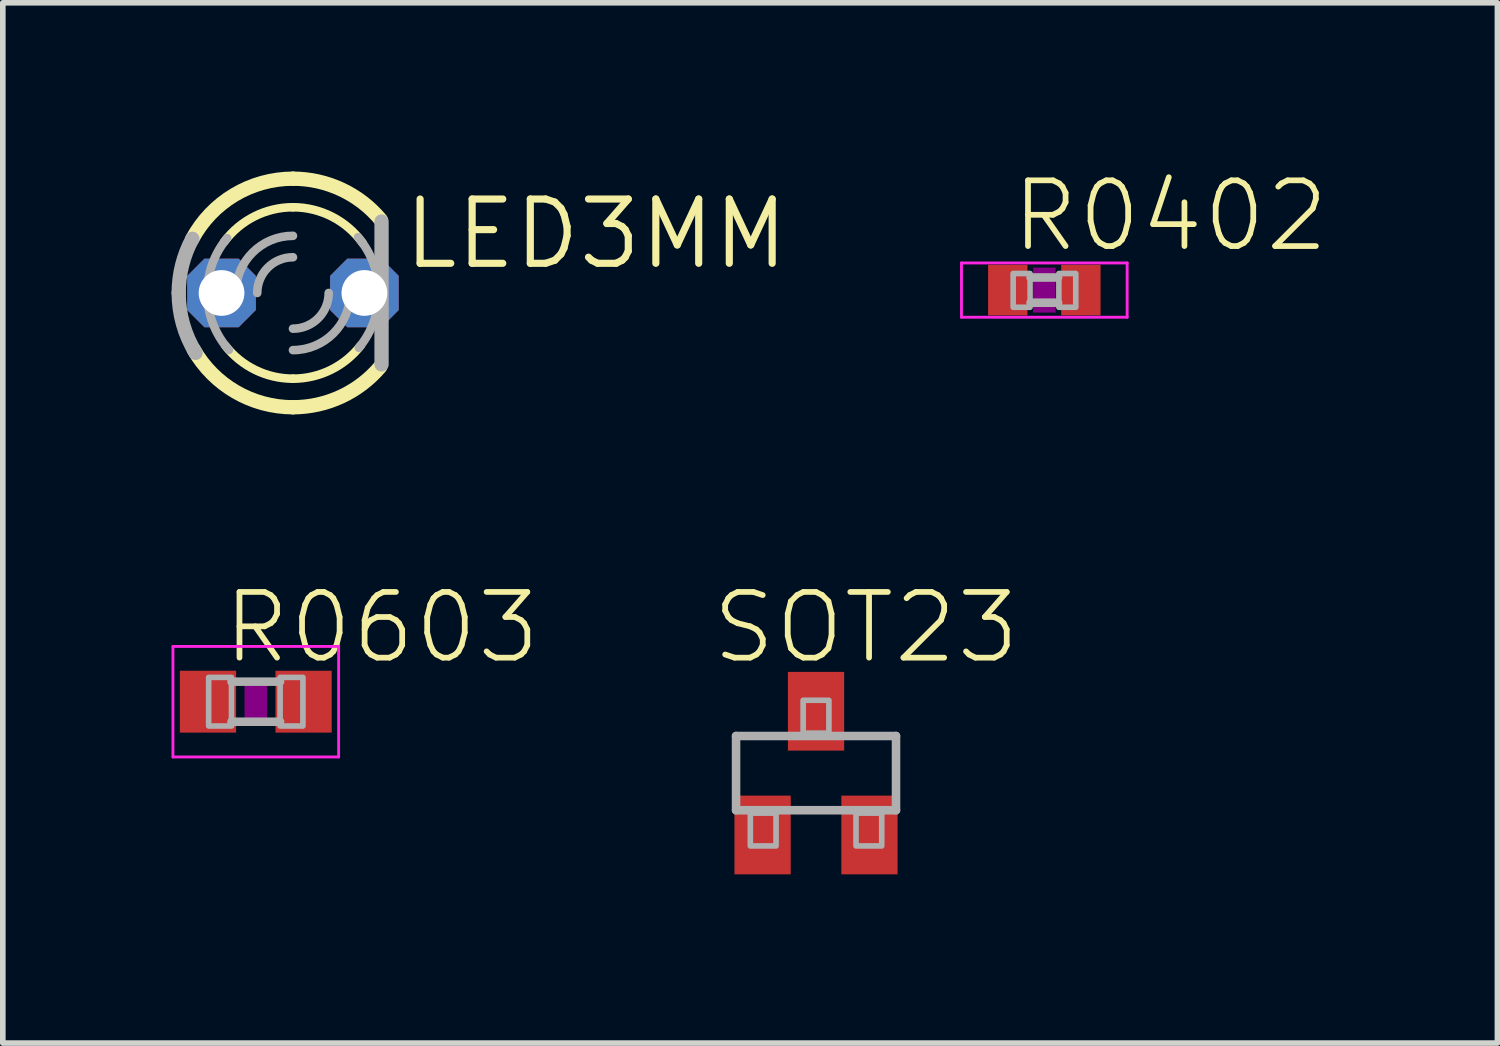
<source format=kicad_pcb>
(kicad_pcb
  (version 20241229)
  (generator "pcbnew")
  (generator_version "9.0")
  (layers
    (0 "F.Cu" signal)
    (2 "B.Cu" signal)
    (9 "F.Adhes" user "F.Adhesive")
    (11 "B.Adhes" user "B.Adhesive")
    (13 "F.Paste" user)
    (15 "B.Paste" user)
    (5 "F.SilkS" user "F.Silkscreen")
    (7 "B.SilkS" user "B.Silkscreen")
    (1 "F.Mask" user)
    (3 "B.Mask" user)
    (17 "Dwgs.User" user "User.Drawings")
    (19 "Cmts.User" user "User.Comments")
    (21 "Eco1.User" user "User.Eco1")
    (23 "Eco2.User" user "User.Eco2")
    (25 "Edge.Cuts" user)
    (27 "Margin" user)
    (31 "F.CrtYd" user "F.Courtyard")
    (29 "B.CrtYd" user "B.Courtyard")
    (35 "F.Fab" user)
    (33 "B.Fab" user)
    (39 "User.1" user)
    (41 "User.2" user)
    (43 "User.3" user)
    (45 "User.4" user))
  (footprint "SOT23"
    (layer "F.Cu")
    (at 11.459 10.696)
    (property "Reference" "SOT23" (at -1.905 -1.905 0) (layer "F.SilkS") (effects (font (size 1.168 1.168) (thickness 0.102)) (justify left bottom)))
    (fp_line (start -1.422 -0.66) (end 1.422 -0.66) (stroke (width 0.152) (type solid)) (layer "F.Fab"))
    (fp_line (start -1.422 0.66) (end -1.422 -0.66) (stroke (width 0.152) (type solid)) (layer "F.Fab"))
    (fp_line (start 1.422 -0.66) (end 1.422 0.66) (stroke (width 0.152) (type solid)) (layer "F.Fab"))
    (fp_line (start 1.422 0.66) (end -1.422 0.66) (stroke (width 0.152) (type solid)) (layer "F.Fab"))
    (fp_poly (pts (xy -1.168 1.295) (xy -0.711 1.295) (xy -0.711 0.711) (xy -1.168 0.711)) (stroke (width 0.1) (type solid)) (fill no) (layer "F.Fab"))
    (fp_poly (pts (xy -0.229 -0.711) (xy 0.229 -0.711) (xy 0.229 -1.295) (xy -0.229 -1.295)) (stroke (width 0.1) (type solid)) (fill no) (layer "F.Fab"))
    (fp_poly (pts (xy 0.711 1.295) (xy 1.168 1.295) (xy 1.168 0.711) (xy 0.711 0.711)) (stroke (width 0.1) (type solid)) (fill no) (layer "F.Fab"))
    (pad "1" smd rect (at -0.95 1.1) (size 1 1.4) (layers "F.Cu" "F.Mask" "F.Paste"))
    (pad "2" smd rect (at 0.95 1.1) (size 1 1.4) (layers "F.Cu" "F.Mask" "F.Paste"))
    (pad "3" smd rect (at 0 -1.1) (size 1 1.4) (layers "F.Cu" "F.Mask" "F.Paste")))
  (footprint "R0603"
    (layer "F.Cu")
    (at 1.498 9.426)
    (property "Reference" "R0603" (at -0.635 -0.635 0) (layer "F.SilkS") (effects (font (size 1.168 1.168) (thickness 0.102)) (justify left bottom)))
    (fp_poly (pts (xy -0.2 0.4) (xy 0.2 0.4) (xy 0.2 -0.4) (xy -0.2 -0.4)) (stroke (width 0) (type solid)) (fill yes) (layer "F.Adhes"))
    (fp_line (start -1.473 -0.983) (end 1.473 -0.983) (stroke (width 0.051) (type solid)) (layer "F.CrtYd"))
    (fp_line (start -1.473 0.983) (end -1.473 -0.983) (stroke (width 0.051) (type solid)) (layer "F.CrtYd"))
    (fp_line (start 1.473 -0.983) (end 1.473 0.983) (stroke (width 0.051) (type solid)) (layer "F.CrtYd"))
    (fp_line (start 1.473 0.983) (end -1.473 0.983) (stroke (width 0.051) (type solid)) (layer "F.CrtYd"))
    (fp_line (start -0.432 0.356) (end 0.432 0.356) (stroke (width 0.152) (type solid)) (layer "F.Fab"))
    (fp_line (start 0.432 -0.356) (end -0.432 -0.356) (stroke (width 0.152) (type solid)) (layer "F.Fab"))
    (fp_poly (pts (xy -0.838 0.432) (xy -0.432 0.432) (xy -0.432 -0.432) (xy -0.838 -0.432)) (stroke (width 0.1) (type solid)) (fill no) (layer "F.Fab"))
    (fp_poly (pts (xy 0.432 0.432) (xy 0.838 0.432) (xy 0.838 -0.432) (xy 0.432 -0.432)) (stroke (width 0.1) (type solid)) (fill no) (layer "F.Fab"))
    (pad "1" smd rect (at -0.85 0) (size 1 1.1) (layers "F.Cu" "F.Mask" "F.Paste"))
    (pad "2" smd rect (at 0.85 0) (size 1 1.1) (layers "F.Cu" "F.Mask" "F.Paste")))
  (footprint "R0402"
    (layer "F.Cu")
    (at 15.518 2.108)
    (property "Reference" "R0402" (at -0.635 -0.635 0) (layer "F.SilkS") (effects (font (size 1.168 1.168) (thickness 0.102)) (justify left bottom)))
    (fp_poly (pts (xy -0.2 0.4) (xy 0.2 0.4) (xy 0.2 -0.4) (xy -0.2 -0.4)) (stroke (width 0) (type solid)) (fill yes) (layer "F.Adhes"))
    (fp_line (start -1.473 -0.483) (end 1.473 -0.483) (stroke (width 0.051) (type solid)) (layer "F.CrtYd"))
    (fp_line (start -1.473 0.483) (end -1.473 -0.483) (stroke (width 0.051) (type solid)) (layer "F.CrtYd"))
    (fp_line (start 1.473 -0.483) (end 1.473 0.483) (stroke (width 0.051) (type solid)) (layer "F.CrtYd"))
    (fp_line (start 1.473 0.483) (end -1.473 0.483) (stroke (width 0.051) (type solid)) (layer "F.CrtYd"))
    (fp_line (start -0.245 -0.224) (end 0.245 -0.224) (stroke (width 0.152) (type solid)) (layer "F.Fab"))
    (fp_line (start 0.245 0.224) (end -0.245 0.224) (stroke (width 0.152) (type solid)) (layer "F.Fab"))
    (fp_poly (pts (xy -0.554 0.305) (xy -0.254 0.305) (xy -0.254 -0.295) (xy -0.554 -0.295)) (stroke (width 0.1) (type solid)) (fill no) (layer "F.Fab"))
    (fp_poly (pts (xy 0.259 0.305) (xy 0.559 0.305) (xy 0.559 -0.295) (xy 0.259 -0.295)) (stroke (width 0.1) (type solid)) (fill no) (layer "F.Fab"))
    (pad "1" smd rect (at -0.65 0) (size 0.7 0.9) (layers "F.Cu" "F.Mask" "F.Paste"))
    (pad "2" smd rect (at 0.65 0) (size 0.7 0.9) (layers "F.Cu" "F.Mask" "F.Paste")))
  (footprint "LED3MM"
    (layer "F.Cu")
    (at 2.159 2.159)
    (property "Reference" "LED3MM" (at 1.905 -0.381 0) (layer "F.SilkS") (effects (font (size 1.143 1.143) (thickness 0.127)) (justify left bottom)))
    (fp_arc (start -1.7929 -0.9562) (mid -1.045438 -1.7424) (end 0 -2.032) (stroke (width 0.254) (type solid)) (layer "F.SilkS"))
    (fp_arc (start -1.2192 -0.9144) (mid -0.681554 -1.363107) (end 0 -1.524) (stroke (width 0.1524) (type solid)) (layer "F.SilkS"))
    (fp_arc (start 0 -2.032) (mid 0.861864 -1.840173) (end 1.561 -1.3009) (stroke (width 0.254) (type solid)) (layer "F.SilkS"))
    (fp_arc (start 0 -1.524) (mid 0.697339 -1.355082) (end 1.2401 -0.885801) (stroke (width 0.1524) (type solid)) (layer "F.SilkS"))
    (fp_arc (start 0 1.524) (mid -0.669593 1.369018) (end -1.203 0.9356) (stroke (width 0.1524) (type solid)) (layer "F.SilkS"))
    (fp_arc (start 0 2.032) (mid -1.019924 1.757525) (end -1.7643 1.0082) (stroke (width 0.254) (type solid)) (layer "F.SilkS"))
    (fp_arc (start 1.203 0.9356) (mid 0.669593 1.369018) (end 0 1.524) (stroke (width 0.1524) (type solid)) (layer "F.SilkS"))
    (fp_arc (start 1.5512 1.3126) (mid 0.854953 1.843405) (end 0 2.032) (stroke (width 0.254) (type solid)) (layer "F.SilkS"))
    (fp_line (start 1.575 1.27) (end 1.575 -1.27) (stroke (width 0.254) (type solid)) (layer "F.Fab"))
    (fp_arc (start -2.032 0) (mid -1.970339 -0.496775) (end -1.7891 -0.9634) (stroke (width 0.254) (type solid)) (layer "F.Fab"))
    (fp_arc (start -1.7306 1.065) (mid -1.95521 0.553417) (end -2.032 0) (stroke (width 0.254) (type solid)) (layer "F.Fab"))
    (fp_arc (start -1.524 0) (mid -1.432981 -0.518783) (end -1.1708 -0.9756) (stroke (width 0.1524) (type solid)) (layer "F.Fab"))
    (fp_arc (start -1.1391 1.0125) (mid -1.42454 0.5416) (end -1.524 0) (stroke (width 0.1524) (type solid)) (layer "F.Fab"))
    (fp_arc (start -1.016 0) (mid -0.71842 -0.71842) (end 0 -1.016) (stroke (width 0.1524) (type solid)) (layer "F.Fab"))
    (fp_arc (start -0.635 0) (mid -0.449013 -0.449013) (end 0 -0.635) (stroke (width 0.1524) (type solid)) (layer "F.Fab"))
    (fp_arc (start 0.635 0) (mid 0.449013 0.449013) (end 0 0.635) (stroke (width 0.1524) (type solid)) (layer "F.Fab"))
    (fp_arc (start 1.016 0) (mid 0.71842 0.71842) (end 0 1.016) (stroke (width 0.1524) (type solid)) (layer "F.Fab"))
    (fp_arc (start 1.1571 -0.9918) (mid 1.429332 -0.528744) (end 1.524 0) (stroke (width 0.1524) (type solid)) (layer "F.Fab"))
    (fp_arc (start 1.524 0) (mid 1.432981 0.518783) (end 1.1708 0.9756) (stroke (width 0.1524) (type solid)) (layer "F.Fab"))
    (pad "A" thru_hole roundrect (at -1.27 0) (size 1.219 1.219) (drill 0.813) (layers "*.Cu" "*.Mask") (roundrect_rratio 0.25) (chamfer_ratio 0.25) (chamfer top_left top_right bottom_left bottom_right))
    (pad "K" thru_hole roundrect (at 1.27 0) (size 1.219 1.219) (drill 0.813) (layers "*.Cu" "*.Mask") (roundrect_rratio 0.25) (chamfer_ratio 0.25) (chamfer top_left top_right bottom_left bottom_right)))
  (gr_rect
    (start -3 -3)
    (end 23.574 15.496)
    (stroke (width 0.1) (type default))
    (fill no)
    (layer "Edge.Cuts")))
</source>
